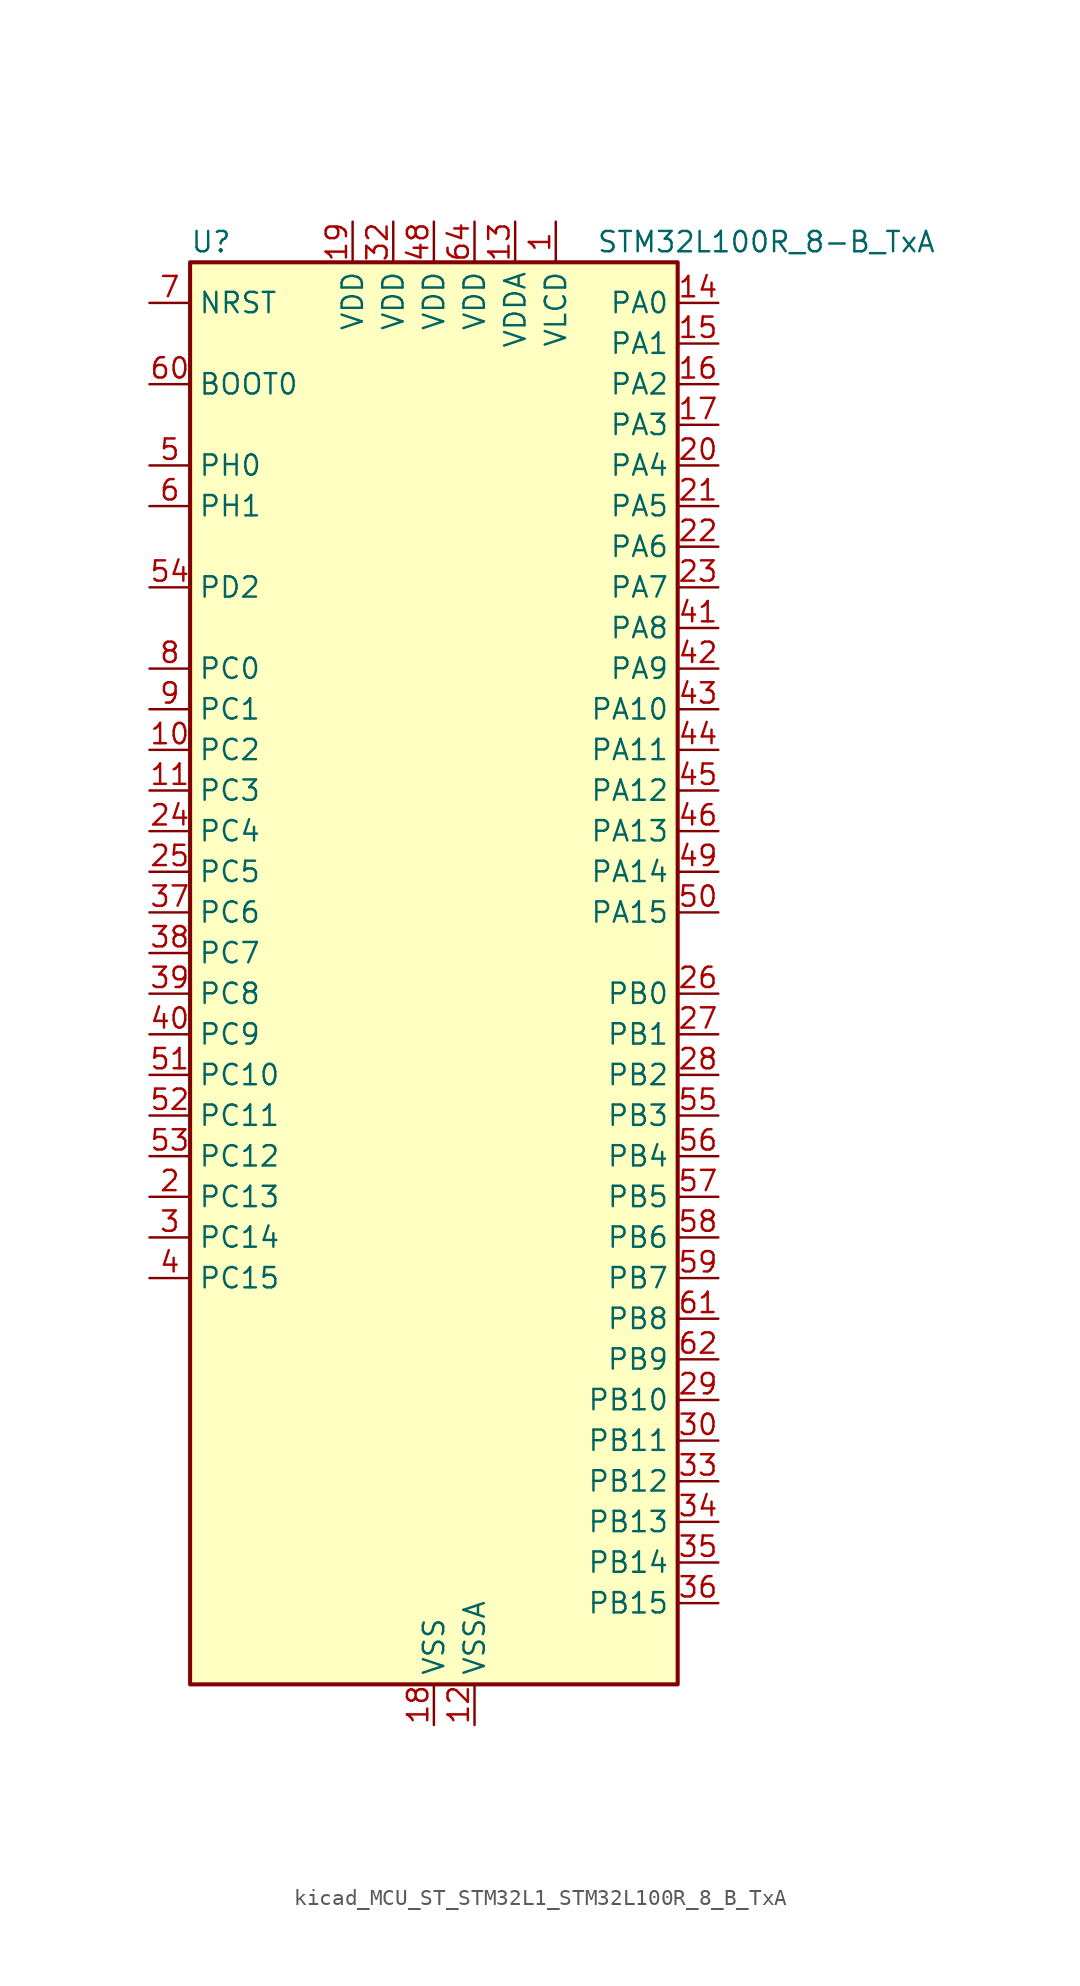
<source format=kicad_sym>
(kicad_symbol_lib
  (version 20220914)
  (generator kicad_symbol_editor)
  (symbol "kicad_MCU_ST_STM32L1_STM32L100R_8_B_TxA"
    (property "Reference" "U"
      (at -15.24 46.99 0)
      (effects (font (size 1.27 1.27)) (justify left)))
    (property "Value" "STM32L100R_8-B_TxA"
      (at 10.16 46.99 0)
      (effects (font (size 1.27 1.27)) (justify left)))
    (property "ki_locked" ""
      (at 0 0 0)
      (effects (font (size 1.27 1.27))))
    (symbol "kicad_MCU_ST_STM32L1_STM32L100R_8_B_TxA_0_1"
      (rectangle (start -15.24 -43.18) (end 15.24 45.72) (stroke (width 0.254) (type default)) (fill (type background))))
    (symbol "kicad_MCU_ST_STM32L1_STM32L100R_8_B_TxA_1_1"
      (pin power_in line (at 7.62 48.26 270) (length 2.54) (name "VLCD" (effects (font (size 1.27 1.27)))) (number "1" (effects (font (size 1.27 1.27)))))
      (pin bidirectional line (at -17.78 15.24 0) (length 2.54) (name "PC2" (effects (font (size 1.27 1.27)))) (number "10" (effects (font (size 1.27 1.27)))) (alternate "ADC_IN12" bidirectional line) (alternate "COMP1_INP" bidirectional line) (alternate "LCD_SEG20" bidirectional line) (alternate "TIMX_IC3" bidirectional line))
      (pin bidirectional line (at -17.78 12.7 0) (length 2.54) (name "PC3" (effects (font (size 1.27 1.27)))) (number "11" (effects (font (size 1.27 1.27)))) (alternate "ADC_IN13" bidirectional line) (alternate "COMP1_INP" bidirectional line) (alternate "LCD_SEG21" bidirectional line) (alternate "TIMX_IC4" bidirectional line))
      (pin power_in line (at 2.54 -45.72 90) (length 2.54) (name "VSSA" (effects (font (size 1.27 1.27)))) (number "12" (effects (font (size 1.27 1.27)))))
      (pin power_in line (at 5.08 48.26 270) (length 2.54) (name "VDDA" (effects (font (size 1.27 1.27)))) (number "13" (effects (font (size 1.27 1.27)))))
      (pin bidirectional line (at 17.78 43.18 180) (length 2.54) (name "PA0" (effects (font (size 1.27 1.27)))) (number "14" (effects (font (size 1.27 1.27)))) (alternate "ADC_IN0" bidirectional line) (alternate "COMP1_INP" bidirectional line) (alternate "RTC_TAMP2" bidirectional line) (alternate "SYS_WKUP1" bidirectional line) (alternate "TIM2_CH1" bidirectional line) (alternate "TIM2_ETR" bidirectional line) (alternate "TIMX_IC1" bidirectional line) (alternate "USART2_CTS" bidirectional line))
      (pin bidirectional line (at 17.78 40.64 180) (length 2.54) (name "PA1" (effects (font (size 1.27 1.27)))) (number "15" (effects (font (size 1.27 1.27)))) (alternate "ADC_IN1" bidirectional line) (alternate "COMP1_INP" bidirectional line) (alternate "LCD_SEG0" bidirectional line) (alternate "TIM2_CH2" bidirectional line) (alternate "TIMX_IC2" bidirectional line) (alternate "USART2_RTS" bidirectional line))
      (pin bidirectional line (at 17.78 38.1 180) (length 2.54) (name "PA2" (effects (font (size 1.27 1.27)))) (number "16" (effects (font (size 1.27 1.27)))) (alternate "ADC_IN2" bidirectional line) (alternate "COMP1_INP" bidirectional line) (alternate "LCD_SEG1" bidirectional line) (alternate "TIM2_CH3" bidirectional line) (alternate "TIM9_CH1" bidirectional line) (alternate "TIMX_IC3" bidirectional line) (alternate "USART2_TX" bidirectional line))
      (pin bidirectional line (at 17.78 35.56 180) (length 2.54) (name "PA3" (effects (font (size 1.27 1.27)))) (number "17" (effects (font (size 1.27 1.27)))) (alternate "ADC_IN3" bidirectional line) (alternate "COMP1_INP" bidirectional line) (alternate "LCD_SEG2" bidirectional line) (alternate "TIM2_CH4" bidirectional line) (alternate "TIM9_CH2" bidirectional line) (alternate "TIMX_IC4" bidirectional line) (alternate "USART2_RX" bidirectional line))
      (pin power_in line (at 0 -45.72 90) (length 2.54) (name "VSS" (effects (font (size 1.27 1.27)))) (number "18" (effects (font (size 1.27 1.27)))))
      (pin power_in line (at -5.08 48.26 270) (length 2.54) (name "VDD" (effects (font (size 1.27 1.27)))) (number "19" (effects (font (size 1.27 1.27)))))
      (pin bidirectional line (at -17.78 -12.7 0) (length 2.54) (name "PC13" (effects (font (size 1.27 1.27)))) (number "2" (effects (font (size 1.27 1.27)))) (alternate "RTC_OUT_ALARM" bidirectional line) (alternate "RTC_OUT_CALIB" bidirectional line) (alternate "RTC_TAMP1" bidirectional line) (alternate "RTC_TS" bidirectional line) (alternate "SYS_WKUP2" bidirectional line) (alternate "TIMX_IC2" bidirectional line))
      (pin bidirectional line (at 17.78 33.02 180) (length 2.54) (name "PA4" (effects (font (size 1.27 1.27)))) (number "20" (effects (font (size 1.27 1.27)))) (alternate "ADC_IN4" bidirectional line) (alternate "COMP1_INP" bidirectional line) (alternate "DAC_OUT1" bidirectional line) (alternate "SPI1_NSS" bidirectional line) (alternate "TIMX_IC1" bidirectional line) (alternate "USART2_CK" bidirectional line))
      (pin bidirectional line (at 17.78 30.48 180) (length 2.54) (name "PA5" (effects (font (size 1.27 1.27)))) (number "21" (effects (font (size 1.27 1.27)))) (alternate "ADC_IN5" bidirectional line) (alternate "COMP1_INP" bidirectional line) (alternate "DAC_OUT2" bidirectional line) (alternate "SPI1_SCK" bidirectional line) (alternate "TIM2_CH1" bidirectional line) (alternate "TIM2_ETR" bidirectional line) (alternate "TIMX_IC2" bidirectional line))
      (pin bidirectional line (at 17.78 27.94 180) (length 2.54) (name "PA6" (effects (font (size 1.27 1.27)))) (number "22" (effects (font (size 1.27 1.27)))) (alternate "ADC_IN6" bidirectional line) (alternate "COMP1_INP" bidirectional line) (alternate "LCD_SEG3" bidirectional line) (alternate "SPI1_MISO" bidirectional line) (alternate "TIM10_CH1" bidirectional line) (alternate "TIM3_CH1" bidirectional line) (alternate "TIMX_IC3" bidirectional line))
      (pin bidirectional line (at 17.78 25.4 180) (length 2.54) (name "PA7" (effects (font (size 1.27 1.27)))) (number "23" (effects (font (size 1.27 1.27)))) (alternate "ADC_IN7" bidirectional line) (alternate "COMP1_INP" bidirectional line) (alternate "LCD_SEG4" bidirectional line) (alternate "SPI1_MOSI" bidirectional line) (alternate "TIM11_CH1" bidirectional line) (alternate "TIM3_CH2" bidirectional line) (alternate "TIMX_IC4" bidirectional line))
      (pin bidirectional line (at -17.78 10.16 0) (length 2.54) (name "PC4" (effects (font (size 1.27 1.27)))) (number "24" (effects (font (size 1.27 1.27)))) (alternate "ADC_IN14" bidirectional line) (alternate "COMP1_INP" bidirectional line) (alternate "LCD_SEG22" bidirectional line) (alternate "TIMX_IC1" bidirectional line))
      (pin bidirectional line (at -17.78 7.62 0) (length 2.54) (name "PC5" (effects (font (size 1.27 1.27)))) (number "25" (effects (font (size 1.27 1.27)))) (alternate "ADC_IN15" bidirectional line) (alternate "COMP1_INP" bidirectional line) (alternate "LCD_SEG23" bidirectional line) (alternate "TIMX_IC2" bidirectional line))
      (pin bidirectional line (at 17.78 0 180) (length 2.54) (name "PB0" (effects (font (size 1.27 1.27)))) (number "26" (effects (font (size 1.27 1.27)))) (alternate "ADC_IN8" bidirectional line) (alternate "COMP1_INP" bidirectional line) (alternate "LCD_SEG5" bidirectional line) (alternate "SYS_V_REF_OUT" bidirectional line) (alternate "TIM3_CH3" bidirectional line))
      (pin bidirectional line (at 17.78 -2.54 180) (length 2.54) (name "PB1" (effects (font (size 1.27 1.27)))) (number "27" (effects (font (size 1.27 1.27)))) (alternate "ADC_IN9" bidirectional line) (alternate "COMP1_INP" bidirectional line) (alternate "LCD_SEG6" bidirectional line) (alternate "SYS_V_REF_OUT" bidirectional line) (alternate "TIM3_CH4" bidirectional line))
      (pin bidirectional line (at 17.78 -5.08 180) (length 2.54) (name "PB2" (effects (font (size 1.27 1.27)))) (number "28" (effects (font (size 1.27 1.27)))))
      (pin bidirectional line (at 17.78 -25.4 180) (length 2.54) (name "PB10" (effects (font (size 1.27 1.27)))) (number "29" (effects (font (size 1.27 1.27)))) (alternate "I2C2_SCL" bidirectional line) (alternate "LCD_SEG10" bidirectional line) (alternate "TIM2_CH3" bidirectional line) (alternate "USART3_TX" bidirectional line))
      (pin bidirectional line (at -17.78 -15.24 0) (length 2.54) (name "PC14" (effects (font (size 1.27 1.27)))) (number "3" (effects (font (size 1.27 1.27)))) (alternate "RCC_OSC32_IN" bidirectional line) (alternate "TIMX_IC3" bidirectional line))
      (pin bidirectional line (at 17.78 -27.94 180) (length 2.54) (name "PB11" (effects (font (size 1.27 1.27)))) (number "30" (effects (font (size 1.27 1.27)))) (alternate "ADC_EXTI11" bidirectional line) (alternate "I2C2_SDA" bidirectional line) (alternate "LCD_SEG11" bidirectional line) (alternate "TIM2_CH4" bidirectional line) (alternate "USART3_RX" bidirectional line))
      (pin passive line (at 0 -45.72 90) (length 2.54) hide (name "VSS" (effects (font (size 1.27 1.27)))) (number "31" (effects (font (size 1.27 1.27)))))
      (pin power_in line (at -2.54 48.26 270) (length 2.54) (name "VDD" (effects (font (size 1.27 1.27)))) (number "32" (effects (font (size 1.27 1.27)))))
      (pin bidirectional line (at 17.78 -30.48 180) (length 2.54) (name "PB12" (effects (font (size 1.27 1.27)))) (number "33" (effects (font (size 1.27 1.27)))) (alternate "ADC_IN18" bidirectional line) (alternate "COMP1_INP" bidirectional line) (alternate "I2C2_SMBA" bidirectional line) (alternate "LCD_SEG12" bidirectional line) (alternate "SPI2_NSS" bidirectional line) (alternate "TIM10_CH1" bidirectional line) (alternate "USART3_CK" bidirectional line))
      (pin bidirectional line (at 17.78 -33.02 180) (length 2.54) (name "PB13" (effects (font (size 1.27 1.27)))) (number "34" (effects (font (size 1.27 1.27)))) (alternate "ADC_IN19" bidirectional line) (alternate "COMP1_INP" bidirectional line) (alternate "LCD_SEG13" bidirectional line) (alternate "SPI2_SCK" bidirectional line) (alternate "TIM9_CH1" bidirectional line) (alternate "USART3_CTS" bidirectional line))
      (pin bidirectional line (at 17.78 -35.56 180) (length 2.54) (name "PB14" (effects (font (size 1.27 1.27)))) (number "35" (effects (font (size 1.27 1.27)))) (alternate "ADC_IN20" bidirectional line) (alternate "COMP1_INP" bidirectional line) (alternate "LCD_SEG14" bidirectional line) (alternate "SPI2_MISO" bidirectional line) (alternate "TIM9_CH2" bidirectional line) (alternate "USART3_RTS" bidirectional line))
      (pin bidirectional line (at 17.78 -38.1 180) (length 2.54) (name "PB15" (effects (font (size 1.27 1.27)))) (number "36" (effects (font (size 1.27 1.27)))) (alternate "ADC_EXTI15" bidirectional line) (alternate "ADC_IN21" bidirectional line) (alternate "COMP1_INP" bidirectional line) (alternate "LCD_SEG15" bidirectional line) (alternate "RTC_REFIN" bidirectional line) (alternate "SPI2_MOSI" bidirectional line) (alternate "TIM11_CH1" bidirectional line))
      (pin bidirectional line (at -17.78 5.08 0) (length 2.54) (name "PC6" (effects (font (size 1.27 1.27)))) (number "37" (effects (font (size 1.27 1.27)))) (alternate "LCD_SEG24" bidirectional line) (alternate "TIM3_CH1" bidirectional line) (alternate "TIMX_IC3" bidirectional line))
      (pin bidirectional line (at -17.78 2.54 0) (length 2.54) (name "PC7" (effects (font (size 1.27 1.27)))) (number "38" (effects (font (size 1.27 1.27)))) (alternate "LCD_SEG25" bidirectional line) (alternate "TIM3_CH2" bidirectional line) (alternate "TIMX_IC4" bidirectional line))
      (pin bidirectional line (at -17.78 0 0) (length 2.54) (name "PC8" (effects (font (size 1.27 1.27)))) (number "39" (effects (font (size 1.27 1.27)))) (alternate "LCD_SEG26" bidirectional line) (alternate "TIM3_CH3" bidirectional line) (alternate "TIMX_IC1" bidirectional line))
      (pin bidirectional line (at -17.78 -17.78 0) (length 2.54) (name "PC15" (effects (font (size 1.27 1.27)))) (number "4" (effects (font (size 1.27 1.27)))) (alternate "ADC_EXTI15" bidirectional line) (alternate "RCC_OSC32_OUT" bidirectional line) (alternate "TIMX_IC4" bidirectional line))
      (pin bidirectional line (at -17.78 -2.54 0) (length 2.54) (name "PC9" (effects (font (size 1.27 1.27)))) (number "40" (effects (font (size 1.27 1.27)))) (alternate "DAC_EXTI9" bidirectional line) (alternate "LCD_SEG27" bidirectional line) (alternate "TIM3_CH4" bidirectional line) (alternate "TIMX_IC2" bidirectional line))
      (pin bidirectional line (at 17.78 22.86 180) (length 2.54) (name "PA8" (effects (font (size 1.27 1.27)))) (number "41" (effects (font (size 1.27 1.27)))) (alternate "LCD_COM0" bidirectional line) (alternate "RCC_MCO" bidirectional line) (alternate "TIMX_IC1" bidirectional line) (alternate "USART1_CK" bidirectional line))
      (pin bidirectional line (at 17.78 20.32 180) (length 2.54) (name "PA9" (effects (font (size 1.27 1.27)))) (number "42" (effects (font (size 1.27 1.27)))) (alternate "DAC_EXTI9" bidirectional line) (alternate "LCD_COM1" bidirectional line) (alternate "TIMX_IC2" bidirectional line) (alternate "USART1_TX" bidirectional line))
      (pin bidirectional line (at 17.78 17.78 180) (length 2.54) (name "PA10" (effects (font (size 1.27 1.27)))) (number "43" (effects (font (size 1.27 1.27)))) (alternate "LCD_COM2" bidirectional line) (alternate "TIMX_IC3" bidirectional line) (alternate "USART1_RX" bidirectional line))
      (pin bidirectional line (at 17.78 15.24 180) (length 2.54) (name "PA11" (effects (font (size 1.27 1.27)))) (number "44" (effects (font (size 1.27 1.27)))) (alternate "ADC_EXTI11" bidirectional line) (alternate "SPI1_MISO" bidirectional line) (alternate "TIMX_IC4" bidirectional line) (alternate "USART1_CTS" bidirectional line) (alternate "USB_DM" bidirectional line))
      (pin bidirectional line (at 17.78 12.7 180) (length 2.54) (name "PA12" (effects (font (size 1.27 1.27)))) (number "45" (effects (font (size 1.27 1.27)))) (alternate "SPI1_MOSI" bidirectional line) (alternate "TIMX_IC1" bidirectional line) (alternate "USART1_RTS" bidirectional line) (alternate "USB_DP" bidirectional line))
      (pin bidirectional line (at 17.78 10.16 180) (length 2.54) (name "PA13" (effects (font (size 1.27 1.27)))) (number "46" (effects (font (size 1.27 1.27)))) (alternate "SYS_JTMS-SWDIO" bidirectional line) (alternate "TIMX_IC2" bidirectional line))
      (pin passive line (at 0 -45.72 90) (length 2.54) hide (name "VSS" (effects (font (size 1.27 1.27)))) (number "47" (effects (font (size 1.27 1.27)))))
      (pin power_in line (at 0 48.26 270) (length 2.54) (name "VDD" (effects (font (size 1.27 1.27)))) (number "48" (effects (font (size 1.27 1.27)))))
      (pin bidirectional line (at 17.78 7.62 180) (length 2.54) (name "PA14" (effects (font (size 1.27 1.27)))) (number "49" (effects (font (size 1.27 1.27)))) (alternate "SYS_JTCK-SWCLK" bidirectional line) (alternate "TIMX_IC3" bidirectional line))
      (pin bidirectional line (at -17.78 33.02 0) (length 2.54) (name "PH0" (effects (font (size 1.27 1.27)))) (number "5" (effects (font (size 1.27 1.27)))) (alternate "RCC_OSC_IN" bidirectional line))
      (pin bidirectional line (at 17.78 5.08 180) (length 2.54) (name "PA15" (effects (font (size 1.27 1.27)))) (number "50" (effects (font (size 1.27 1.27)))) (alternate "ADC_EXTI15" bidirectional line) (alternate "LCD_SEG17" bidirectional line) (alternate "SPI1_NSS" bidirectional line) (alternate "SYS_JTDI" bidirectional line) (alternate "TIM2_CH1" bidirectional line) (alternate "TIM2_ETR" bidirectional line) (alternate "TIMX_IC4" bidirectional line))
      (pin bidirectional line (at -17.78 -5.08 0) (length 2.54) (name "PC10" (effects (font (size 1.27 1.27)))) (number "51" (effects (font (size 1.27 1.27)))) (alternate "LCD_COM4" bidirectional line) (alternate "LCD_SEG28" bidirectional line) (alternate "TIMX_IC3" bidirectional line) (alternate "USART3_TX" bidirectional line))
      (pin bidirectional line (at -17.78 -7.62 0) (length 2.54) (name "PC11" (effects (font (size 1.27 1.27)))) (number "52" (effects (font (size 1.27 1.27)))) (alternate "ADC_EXTI11" bidirectional line) (alternate "LCD_COM5" bidirectional line) (alternate "LCD_SEG29" bidirectional line) (alternate "TIMX_IC4" bidirectional line) (alternate "USART3_RX" bidirectional line))
      (pin bidirectional line (at -17.78 -10.16 0) (length 2.54) (name "PC12" (effects (font (size 1.27 1.27)))) (number "53" (effects (font (size 1.27 1.27)))) (alternate "LCD_COM6" bidirectional line) (alternate "LCD_SEG30" bidirectional line) (alternate "TIMX_IC1" bidirectional line) (alternate "USART3_CK" bidirectional line))
      (pin bidirectional line (at -17.78 25.4 0) (length 2.54) (name "PD2" (effects (font (size 1.27 1.27)))) (number "54" (effects (font (size 1.27 1.27)))) (alternate "LCD_COM7" bidirectional line) (alternate "LCD_SEG31" bidirectional line) (alternate "TIM3_ETR" bidirectional line) (alternate "TIMX_IC3" bidirectional line))
      (pin bidirectional line (at 17.78 -7.62 180) (length 2.54) (name "PB3" (effects (font (size 1.27 1.27)))) (number "55" (effects (font (size 1.27 1.27)))) (alternate "COMP2_INM" bidirectional line) (alternate "LCD_SEG7" bidirectional line) (alternate "SPI1_SCK" bidirectional line) (alternate "SYS_JTDO-TRACESWO" bidirectional line) (alternate "TIM2_CH2" bidirectional line))
      (pin bidirectional line (at 17.78 -10.16 180) (length 2.54) (name "PB4" (effects (font (size 1.27 1.27)))) (number "56" (effects (font (size 1.27 1.27)))) (alternate "COMP2_INP" bidirectional line) (alternate "LCD_SEG8" bidirectional line) (alternate "SPI1_MISO" bidirectional line) (alternate "SYS_JTRST" bidirectional line) (alternate "TIM3_CH1" bidirectional line))
      (pin bidirectional line (at 17.78 -12.7 180) (length 2.54) (name "PB5" (effects (font (size 1.27 1.27)))) (number "57" (effects (font (size 1.27 1.27)))) (alternate "COMP2_INP" bidirectional line) (alternate "I2C1_SMBA" bidirectional line) (alternate "LCD_SEG9" bidirectional line) (alternate "SPI1_MOSI" bidirectional line) (alternate "TIM3_CH2" bidirectional line))
      (pin bidirectional line (at 17.78 -15.24 180) (length 2.54) (name "PB6" (effects (font (size 1.27 1.27)))) (number "58" (effects (font (size 1.27 1.27)))) (alternate "I2C1_SCL" bidirectional line) (alternate "TIM4_CH1" bidirectional line) (alternate "USART1_TX" bidirectional line))
      (pin bidirectional line (at 17.78 -17.78 180) (length 2.54) (name "PB7" (effects (font (size 1.27 1.27)))) (number "59" (effects (font (size 1.27 1.27)))) (alternate "I2C1_SDA" bidirectional line) (alternate "SYS_PVD_IN" bidirectional line) (alternate "TIM4_CH2" bidirectional line) (alternate "USART1_RX" bidirectional line))
      (pin bidirectional line (at -17.78 30.48 0) (length 2.54) (name "PH1" (effects (font (size 1.27 1.27)))) (number "6" (effects (font (size 1.27 1.27)))) (alternate "RCC_OSC_OUT" bidirectional line))
      (pin input line (at -17.78 38.1 0) (length 2.54) (name "BOOT0" (effects (font (size 1.27 1.27)))) (number "60" (effects (font (size 1.27 1.27)))))
      (pin bidirectional line (at 17.78 -20.32 180) (length 2.54) (name "PB8" (effects (font (size 1.27 1.27)))) (number "61" (effects (font (size 1.27 1.27)))) (alternate "I2C1_SCL" bidirectional line) (alternate "LCD_SEG16" bidirectional line) (alternate "TIM10_CH1" bidirectional line) (alternate "TIM4_CH3" bidirectional line))
      (pin bidirectional line (at 17.78 -22.86 180) (length 2.54) (name "PB9" (effects (font (size 1.27 1.27)))) (number "62" (effects (font (size 1.27 1.27)))) (alternate "DAC_EXTI9" bidirectional line) (alternate "I2C1_SDA" bidirectional line) (alternate "LCD_COM3" bidirectional line) (alternate "TIM11_CH1" bidirectional line) (alternate "TIM4_CH4" bidirectional line))
      (pin passive line (at 0 -45.72 90) (length 2.54) hide (name "VSS" (effects (font (size 1.27 1.27)))) (number "63" (effects (font (size 1.27 1.27)))))
      (pin power_in line (at 2.54 48.26 270) (length 2.54) (name "VDD" (effects (font (size 1.27 1.27)))) (number "64" (effects (font (size 1.27 1.27)))))
      (pin input line (at -17.78 43.18 0) (length 2.54) (name "NRST" (effects (font (size 1.27 1.27)))) (number "7" (effects (font (size 1.27 1.27)))))
      (pin bidirectional line (at -17.78 20.32 0) (length 2.54) (name "PC0" (effects (font (size 1.27 1.27)))) (number "8" (effects (font (size 1.27 1.27)))) (alternate "ADC_IN10" bidirectional line) (alternate "COMP1_INP" bidirectional line) (alternate "LCD_SEG18" bidirectional line) (alternate "TIMX_IC1" bidirectional line))
      (pin bidirectional line (at -17.78 17.78 0) (length 2.54) (name "PC1" (effects (font (size 1.27 1.27)))) (number "9" (effects (font (size 1.27 1.27)))) (alternate "ADC_IN11" bidirectional line) (alternate "COMP1_INP" bidirectional line) (alternate "LCD_SEG19" bidirectional line) (alternate "TIMX_IC2" bidirectional line)))))
</source>
